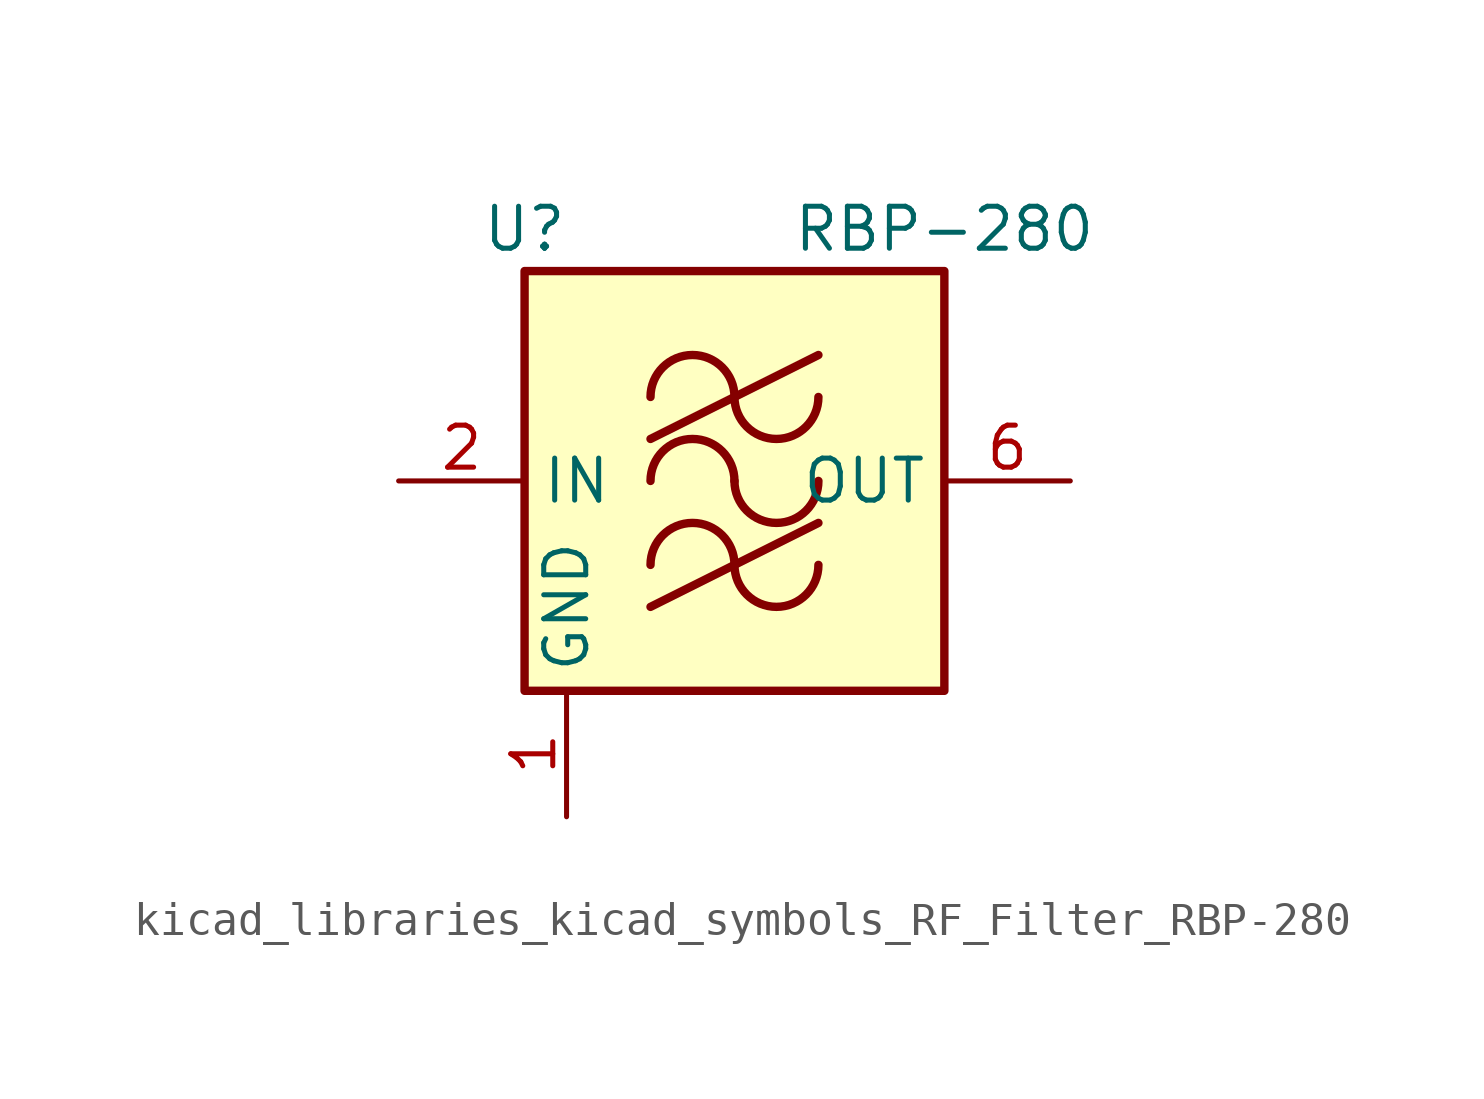
<source format=kicad_sym>
(kicad_symbol_lib
  (version 20220914)
  (generator kicad_symbol_editor)
  (symbol "kicad_libraries_kicad_symbols_RF_Filter_RBP-280"
    (property "Reference" "U"
      (at -6.35 7.62 0)
      (effects (font (size 1.27 1.27))))
    (property "Value" "RBP-280"
      (at 6.35 7.62 0)
      (effects (font (size 1.27 1.27))))
    (symbol "kicad_libraries_kicad_symbols_RF_Filter_RBP-280_0_1"
      (rectangle (start -6.35 6.35) (end 6.35 -6.35) (stroke (width 0.254) (type default)) (fill (type background)))
      (arc (start 0 -2.54) (mid -1.27 -1.2755) (end -2.54 -2.54) (stroke (width 0.254) (type default)) (fill (type none)))
      (arc (start 0 -2.54) (mid 1.27 -3.8045) (end 2.54 -2.54) (stroke (width 0.254) (type default)) (fill (type none)))
      (arc (start 0 0) (mid -1.27 1.2645) (end -2.54 0) (stroke (width 0.254) (type default)) (fill (type none)))
      (polyline (pts (xy -2.54 -3.81) (xy 2.54 -1.27)) (stroke (width 0.254) (type default)) (fill (type none)))
      (polyline (pts (xy -2.54 1.27) (xy 2.54 3.81)) (stroke (width 0.254) (type default)) (fill (type none)))
      (arc (start 0 0) (mid 1.27 -1.2645) (end 2.54 0) (stroke (width 0.254) (type default)) (fill (type none)))
      (arc (start 0 2.54) (mid -1.27 3.8045) (end -2.54 2.54) (stroke (width 0.254) (type default)) (fill (type none)))
      (arc (start 0 2.54) (mid 1.27 1.2755) (end 2.54 2.54) (stroke (width 0.254) (type default)) (fill (type none))))
    (symbol "kicad_libraries_kicad_symbols_RF_Filter_RBP-280_1_1"
      (pin power_in line (at -5.08 -10.16 90) (length 3.81) (name "GND" (effects (font (size 1.27 1.27)))) (number "1" (effects (font (size 1.27 1.27)))))
      (pin input line (at -10.16 0 0) (length 3.81) (name "IN" (effects (font (size 1.27 1.27)))) (number "2" (effects (font (size 1.27 1.27)))))
      (pin passive line (at -5.08 -10.16 90) (length 3.81) hide (name "GND" (effects (font (size 1.27 1.27)))) (number "3" (effects (font (size 1.27 1.27)))))
      (pin passive line (at -5.08 -10.16 90) (length 3.81) hide (name "GND" (effects (font (size 1.27 1.27)))) (number "4" (effects (font (size 1.27 1.27)))))
      (pin passive line (at -5.08 -10.16 90) (length 3.81) hide (name "GND" (effects (font (size 1.27 1.27)))) (number "5" (effects (font (size 1.27 1.27)))))
      (pin output line (at 10.16 0 180) (length 3.81) (name "OUT" (effects (font (size 1.27 1.27)))) (number "6" (effects (font (size 1.27 1.27)))))
      (pin passive line (at -5.08 -10.16 90) (length 3.81) hide (name "GND" (effects (font (size 1.27 1.27)))) (number "7" (effects (font (size 1.27 1.27)))))
      (pin passive line (at -5.08 -10.16 90) (length 3.81) hide (name "GND" (effects (font (size 1.27 1.27)))) (number "8" (effects (font (size 1.27 1.27))))))))
</source>
